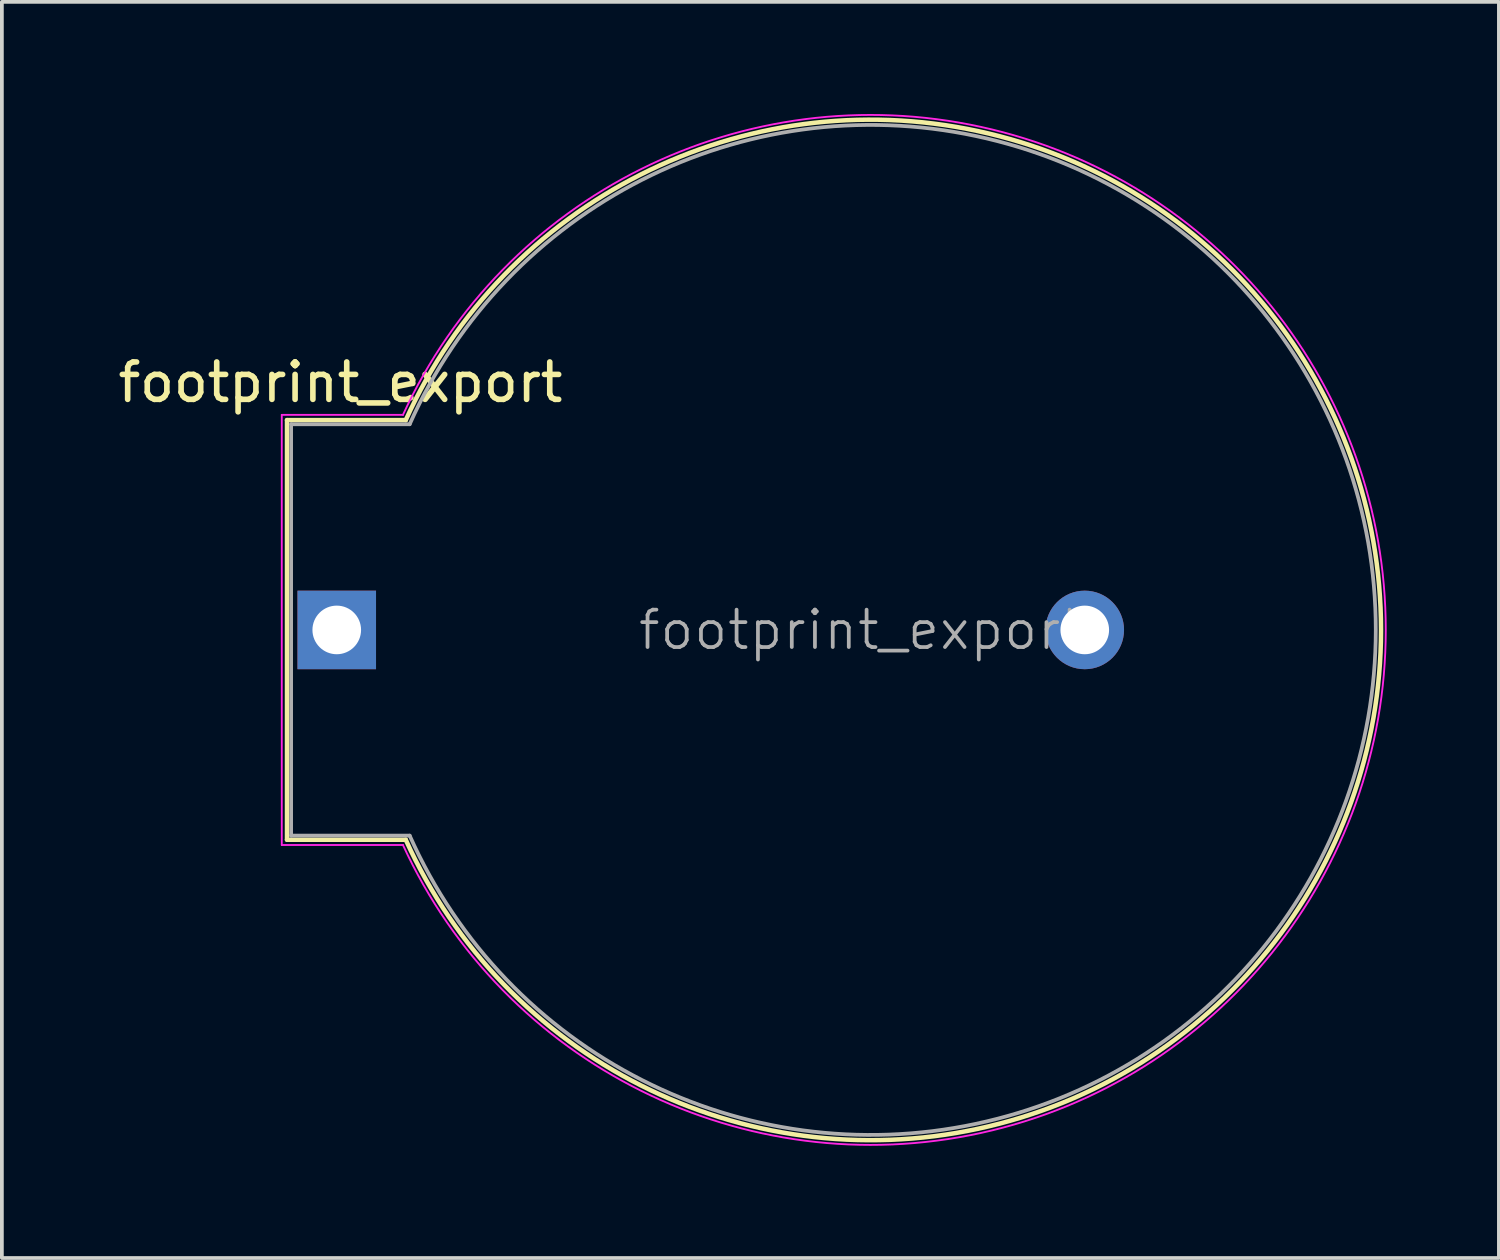
<source format=kicad_pcb>
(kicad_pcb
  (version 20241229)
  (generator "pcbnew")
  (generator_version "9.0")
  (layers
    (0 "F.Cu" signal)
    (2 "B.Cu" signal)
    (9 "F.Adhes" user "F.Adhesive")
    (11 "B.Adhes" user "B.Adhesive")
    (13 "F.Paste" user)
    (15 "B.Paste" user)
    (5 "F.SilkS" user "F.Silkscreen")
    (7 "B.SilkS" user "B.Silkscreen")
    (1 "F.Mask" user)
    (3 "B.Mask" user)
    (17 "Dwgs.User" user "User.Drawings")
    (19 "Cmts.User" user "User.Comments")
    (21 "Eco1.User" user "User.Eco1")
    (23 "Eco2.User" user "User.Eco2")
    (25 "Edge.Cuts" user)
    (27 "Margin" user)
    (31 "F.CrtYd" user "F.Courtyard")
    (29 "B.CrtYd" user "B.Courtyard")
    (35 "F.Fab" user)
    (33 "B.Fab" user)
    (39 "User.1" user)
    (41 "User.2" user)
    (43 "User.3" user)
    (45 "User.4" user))
  (footprint "footprint_export"
    (layer "F.Cu")
    (at 5.954 13.793)
    (property "Reference" "footprint_export" (at 0.1 -6.62 0) (layer "F.SilkS") (effects (font (size 1 1) (thickness 0.15))))
    (attr through_hole)
    (fp_line (start -1.33 -5.61) (end 1.845 -5.61) (stroke (width 0.12) (type solid)) (layer "F.SilkS"))
    (fp_line (start -1.33 5.61) (end -1.33 -5.61) (stroke (width 0.12) (type solid)) (layer "F.SilkS"))
    (fp_line (start 1.845 5.61) (end -1.33 5.61) (stroke (width 0.12) (type solid)) (layer "F.SilkS"))
    (fp_arc (start 1.845 -5.61) (mid 27.921896 0) (end 1.845 5.61) (stroke (width 0.12) (type solid)) (layer "F.SilkS"))
    (fp_line (start -1.47 -5.75) (end 1.77 -5.75) (stroke (width 0.05) (type solid)) (layer "F.CrtYd"))
    (fp_line (start -1.47 5.75) (end -1.47 -5.75) (stroke (width 0.05) (type solid)) (layer "F.CrtYd"))
    (fp_line (start 1.77 5.75) (end -1.47 5.75) (stroke (width 0.05) (type solid)) (layer "F.CrtYd"))
    (fp_arc (start 1.77 -5.75) (mid 28.048173 0) (end 1.77 5.75) (stroke (width 0.05) (type solid)) (layer "F.CrtYd"))
    (fp_line (start -1.22 -5.5) (end 1.95 -5.5) (stroke (width 0.1) (type solid)) (layer "F.Fab"))
    (fp_line (start -1.22 5.5) (end -1.22 -5.5) (stroke (width 0.1) (type solid)) (layer "F.Fab"))
    (fp_line (start 1.95 5.5) (end -1.22 5.5) (stroke (width 0.1) (type solid)) (layer "F.Fab"))
    (fp_arc (start 1.95 -5.5) (mid 27.78107 0) (end 1.95 5.5) (stroke (width 0.1) (type solid)) (layer "F.Fab"))
    (fp_text user "${REFERENCE}" (at 14 0 0) (layer "F.Fab") (effects (font (size 1 1) (thickness 0.1))))
    (pad "1" thru_hole rect (at 0 0 270) (size 2.1 2.1) (drill 1.3) (layers "*.Cu" "*.Mask"))
    (pad "2" thru_hole circle (at 20 0 270) (size 2.1 2.1) (drill 1.3) (layers "*.Cu" "*.Mask")))
  (gr_rect
    (start -3 -3)
    (end 37.027 30.586)
    (stroke (width 0.1) (type default))
    (fill no)
    (layer "Edge.Cuts")))
</source>
